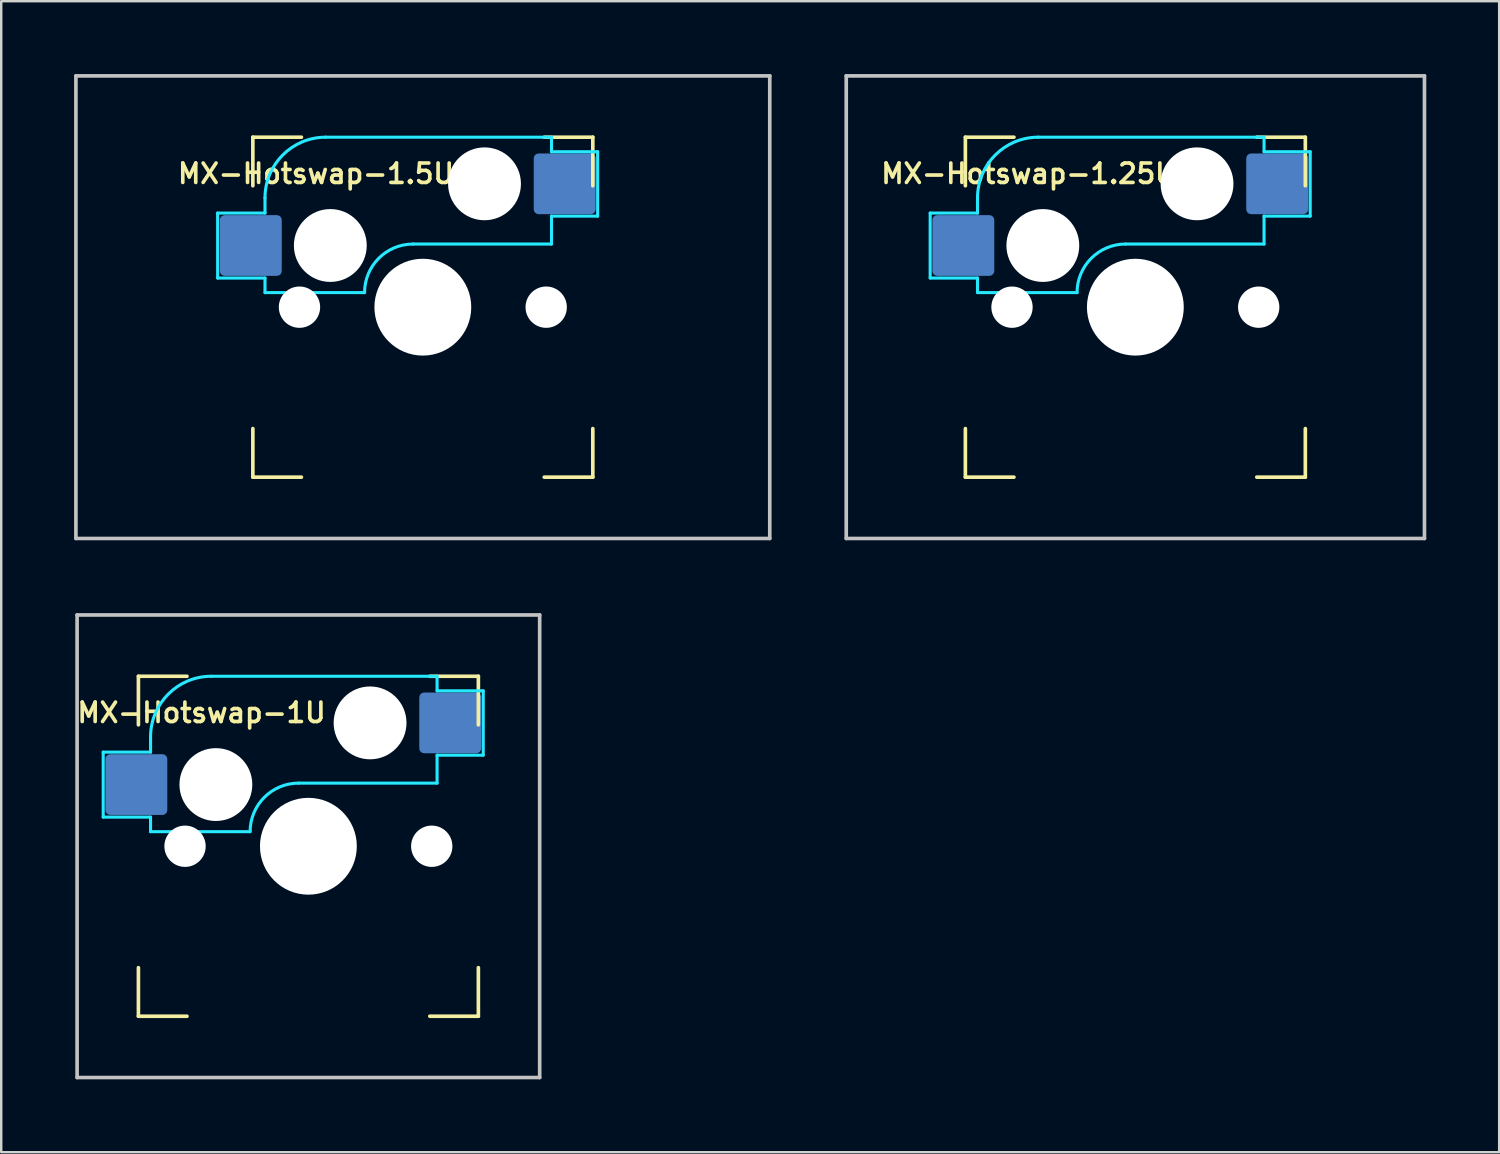
<source format=kicad_pcb>
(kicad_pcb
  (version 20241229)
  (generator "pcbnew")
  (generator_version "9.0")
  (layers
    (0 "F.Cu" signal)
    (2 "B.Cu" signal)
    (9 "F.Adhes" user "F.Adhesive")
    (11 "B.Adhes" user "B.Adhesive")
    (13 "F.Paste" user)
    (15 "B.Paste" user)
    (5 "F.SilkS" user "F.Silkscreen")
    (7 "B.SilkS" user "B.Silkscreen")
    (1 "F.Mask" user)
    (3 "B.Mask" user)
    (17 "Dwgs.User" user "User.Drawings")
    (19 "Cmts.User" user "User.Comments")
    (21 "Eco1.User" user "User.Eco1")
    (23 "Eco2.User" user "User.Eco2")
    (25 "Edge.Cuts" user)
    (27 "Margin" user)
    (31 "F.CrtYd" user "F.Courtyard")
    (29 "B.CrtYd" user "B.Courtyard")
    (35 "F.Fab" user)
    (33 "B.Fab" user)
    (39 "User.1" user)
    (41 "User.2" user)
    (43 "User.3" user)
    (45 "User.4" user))
  (footprint "MX-Hotswap-1.25U"
    (layer "F.Cu")
    (at 43.706 9.6)
    (property "Reference" "MX-Hotswap-1.25U" (at -4.4 -5.5 0) (layer "F.SilkS") (effects (font (size 0.8 0.8) (thickness 0.15))))
    (attr smd)
    (fp_line (start -7 -7) (end -7 -5) (stroke (width 0.15) (type solid)) (layer "F.SilkS"))
    (fp_line (start -7 5) (end -7 7) (stroke (width 0.15) (type solid)) (layer "F.SilkS"))
    (fp_line (start -7 7) (end -5 7) (stroke (width 0.15) (type solid)) (layer "F.SilkS"))
    (fp_line (start -5 -7) (end -7 -7) (stroke (width 0.15) (type solid)) (layer "F.SilkS"))
    (fp_line (start 5 -7) (end 7 -7) (stroke (width 0.15) (type solid)) (layer "F.SilkS"))
    (fp_line (start 5 7) (end 7 7) (stroke (width 0.15) (type solid)) (layer "F.SilkS"))
    (fp_line (start 7 -7) (end 7 -5) (stroke (width 0.15) (type solid)) (layer "F.SilkS"))
    (fp_line (start 7 7) (end 7 5) (stroke (width 0.15) (type solid)) (layer "F.SilkS"))
    (fp_line (start -11.906 9.525) (end -11.906 -9.525) (stroke (width 0.15) (type solid)) (layer "Dwgs.User"))
    (fp_line (start 11.906 -9.525) (end -11.906 -9.525) (stroke (width 0.15) (type solid)) (layer "Dwgs.User"))
    (fp_line (start 11.906 9.525) (end -11.906 9.525) (stroke (width 0.15) (type solid)) (layer "Dwgs.User"))
    (fp_line (start 11.906 9.525) (end 11.906 -9.525) (stroke (width 0.15) (type solid)) (layer "Dwgs.User"))
    (fp_line (start -8.45 -3.875) (end -8.45 -1.2) (stroke (width 0.127) (type solid)) (layer "B.CrtYd"))
    (fp_line (start -8.45 -1.2) (end -6.5 -1.2) (stroke (width 0.127) (type solid)) (layer "B.CrtYd"))
    (fp_line (start -6.5 -4.5) (end -6.5 -3.875) (stroke (width 0.127) (type solid)) (layer "B.CrtYd"))
    (fp_line (start -6.5 -3.875) (end -8.45 -3.875) (stroke (width 0.127) (type solid)) (layer "B.CrtYd"))
    (fp_line (start -6.5 -0.6) (end -6.5 -1.2) (stroke (width 0.127) (type solid)) (layer "B.CrtYd"))
    (fp_line (start -6.5 -0.6) (end -2.4 -0.6) (stroke (width 0.127) (type solid)) (layer "B.CrtYd"))
    (fp_line (start -0.4 -2.6) (end 5.3 -2.6) (stroke (width 0.127) (type solid)) (layer "B.CrtYd"))
    (fp_line (start 5.3 -7) (end -4 -7) (stroke (width 0.127) (type solid)) (layer "B.CrtYd"))
    (fp_line (start 5.3 -7) (end 5.3 -6.4) (stroke (width 0.127) (type solid)) (layer "B.CrtYd"))
    (fp_line (start 5.3 -6.4) (end 7.2 -6.4) (stroke (width 0.127) (type solid)) (layer "B.CrtYd"))
    (fp_line (start 5.3 -2.6) (end 5.3 -3.75) (stroke (width 0.127) (type solid)) (layer "B.CrtYd"))
    (fp_line (start 7.2 -6.4) (end 7.2 -3.75) (stroke (width 0.127) (type solid)) (layer "B.CrtYd"))
    (fp_line (start 7.2 -3.75) (end 5.3 -3.75) (stroke (width 0.127) (type solid)) (layer "B.CrtYd"))
    (fp_arc (start -6.5 -4.5) (mid -5.767767 -6.267767) (end -4 -7) (stroke (width 0.127) (type solid)) (layer "B.CrtYd"))
    (fp_arc (start -2.4 -0.6) (mid -1.814214 -2.014214) (end -0.4 -2.6) (stroke (width 0.127) (type solid)) (layer "B.CrtYd"))
    (pad "" np_thru_hole circle (at -5.08 0 48.099) (size 1.702 1.702) (drill 1.702) (layers "*.Cu" "*.Mask"))
    (pad "" np_thru_hole circle (at -3.81 -2.54) (size 3 3) (drill 3) (layers "*.Cu" "*.Mask"))
    (pad "" np_thru_hole circle (at 0 0) (size 3.988 3.988) (drill 3.988) (layers "*.Cu" "*.Mask"))
    (pad "" np_thru_hole circle (at 2.54 -5.08) (size 3 3) (drill 3) (layers "*.Cu" "*.Mask"))
    (pad "" np_thru_hole circle (at 5.08 0 48.099) (size 1.702 1.702) (drill 1.702) (layers "*.Cu" "*.Mask"))
    (pad "1" smd roundrect (at -7.085 -2.54) (size 2.55 2.5) (layers "B.Cu" "B.Mask" "B.Paste") (roundrect_rratio 0.08))
    (pad "2" smd roundrect (at 5.842 -5.08) (size 2.55 2.5) (layers "B.Cu" "B.Mask" "B.Paste") (roundrect_rratio 0.08)))
  (footprint "MX-Hotswap-1.5U"
    (layer "F.Cu")
    (at 14.363 9.6)
    (property "Reference" "MX-Hotswap-1.5U" (at -4.4 -5.5 0) (layer "F.SilkS") (effects (font (size 0.8 0.8) (thickness 0.15))))
    (attr smd)
    (fp_line (start -7 -7) (end -7 -5) (stroke (width 0.15) (type solid)) (layer "F.SilkS"))
    (fp_line (start -7 5) (end -7 7) (stroke (width 0.15) (type solid)) (layer "F.SilkS"))
    (fp_line (start -7 7) (end -5 7) (stroke (width 0.15) (type solid)) (layer "F.SilkS"))
    (fp_line (start -5 -7) (end -7 -7) (stroke (width 0.15) (type solid)) (layer "F.SilkS"))
    (fp_line (start 5 -7) (end 7 -7) (stroke (width 0.15) (type solid)) (layer "F.SilkS"))
    (fp_line (start 5 7) (end 7 7) (stroke (width 0.15) (type solid)) (layer "F.SilkS"))
    (fp_line (start 7 -7) (end 7 -5) (stroke (width 0.15) (type solid)) (layer "F.SilkS"))
    (fp_line (start 7 7) (end 7 5) (stroke (width 0.15) (type solid)) (layer "F.SilkS"))
    (fp_line (start -14.287 9.525) (end -14.287 -9.525) (stroke (width 0.15) (type solid)) (layer "Dwgs.User"))
    (fp_line (start 14.287 -9.525) (end -14.287 -9.525) (stroke (width 0.15) (type solid)) (layer "Dwgs.User"))
    (fp_line (start 14.287 9.525) (end -14.287 9.525) (stroke (width 0.15) (type solid)) (layer "Dwgs.User"))
    (fp_line (start 14.287 9.525) (end 14.287 -9.525) (stroke (width 0.15) (type solid)) (layer "Dwgs.User"))
    (fp_line (start -8.45 -3.875) (end -8.45 -1.2) (stroke (width 0.127) (type solid)) (layer "B.CrtYd"))
    (fp_line (start -8.45 -1.2) (end -6.5 -1.2) (stroke (width 0.127) (type solid)) (layer "B.CrtYd"))
    (fp_line (start -6.5 -4.5) (end -6.5 -3.875) (stroke (width 0.127) (type solid)) (layer "B.CrtYd"))
    (fp_line (start -6.5 -3.875) (end -8.45 -3.875) (stroke (width 0.127) (type solid)) (layer "B.CrtYd"))
    (fp_line (start -6.5 -0.6) (end -6.5 -1.2) (stroke (width 0.127) (type solid)) (layer "B.CrtYd"))
    (fp_line (start -6.5 -0.6) (end -2.4 -0.6) (stroke (width 0.127) (type solid)) (layer "B.CrtYd"))
    (fp_line (start -0.4 -2.6) (end 5.3 -2.6) (stroke (width 0.127) (type solid)) (layer "B.CrtYd"))
    (fp_line (start 5.3 -7) (end -4 -7) (stroke (width 0.127) (type solid)) (layer "B.CrtYd"))
    (fp_line (start 5.3 -7) (end 5.3 -6.4) (stroke (width 0.127) (type solid)) (layer "B.CrtYd"))
    (fp_line (start 5.3 -6.4) (end 7.2 -6.4) (stroke (width 0.127) (type solid)) (layer "B.CrtYd"))
    (fp_line (start 5.3 -2.6) (end 5.3 -3.75) (stroke (width 0.127) (type solid)) (layer "B.CrtYd"))
    (fp_line (start 7.2 -6.4) (end 7.2 -3.75) (stroke (width 0.127) (type solid)) (layer "B.CrtYd"))
    (fp_line (start 7.2 -3.75) (end 5.3 -3.75) (stroke (width 0.127) (type solid)) (layer "B.CrtYd"))
    (fp_arc (start -6.5 -4.5) (mid -5.767767 -6.267767) (end -4 -7) (stroke (width 0.127) (type solid)) (layer "B.CrtYd"))
    (fp_arc (start -2.4 -0.6) (mid -1.814214 -2.014214) (end -0.4 -2.6) (stroke (width 0.127) (type solid)) (layer "B.CrtYd"))
    (pad "" np_thru_hole circle (at -5.08 0 48.099) (size 1.702 1.702) (drill 1.702) (layers "*.Cu" "*.Mask"))
    (pad "" np_thru_hole circle (at -3.81 -2.54) (size 3 3) (drill 3) (layers "*.Cu" "*.Mask"))
    (pad "" np_thru_hole circle (at 0 0) (size 3.988 3.988) (drill 3.988) (layers "*.Cu" "*.Mask"))
    (pad "" np_thru_hole circle (at 2.54 -5.08) (size 3 3) (drill 3) (layers "*.Cu" "*.Mask"))
    (pad "" np_thru_hole circle (at 5.08 0 48.099) (size 1.702 1.702) (drill 1.702) (layers "*.Cu" "*.Mask"))
    (pad "1" smd roundrect (at -7.085 -2.54) (size 2.55 2.5) (layers "B.Cu" "B.Mask" "B.Paste") (roundrect_rratio 0.08))
    (pad "2" smd roundrect (at 5.842 -5.08) (size 2.55 2.5) (layers "B.Cu" "B.Mask" "B.Paste") (roundrect_rratio 0.08)))
  (footprint "MX-Hotswap-1U"
    (layer "F.Cu")
    (at 9.65 31.8)
    (property "Reference" "MX-Hotswap-1U" (at -4.4 -5.5 0) (layer "F.SilkS") (effects (font (size 0.8 0.8) (thickness 0.15))))
    (attr smd)
    (fp_line (start -7 -7) (end -7 -5) (stroke (width 0.15) (type solid)) (layer "F.SilkS"))
    (fp_line (start -7 5) (end -7 7) (stroke (width 0.15) (type solid)) (layer "F.SilkS"))
    (fp_line (start -7 7) (end -5 7) (stroke (width 0.15) (type solid)) (layer "F.SilkS"))
    (fp_line (start -5 -7) (end -7 -7) (stroke (width 0.15) (type solid)) (layer "F.SilkS"))
    (fp_line (start 5 -7) (end 7 -7) (stroke (width 0.15) (type solid)) (layer "F.SilkS"))
    (fp_line (start 5 7) (end 7 7) (stroke (width 0.15) (type solid)) (layer "F.SilkS"))
    (fp_line (start 7 -7) (end 7 -5) (stroke (width 0.15) (type solid)) (layer "F.SilkS"))
    (fp_line (start 7 7) (end 7 5) (stroke (width 0.15) (type solid)) (layer "F.SilkS"))
    (fp_line (start -9.525 9.525) (end -9.525 -9.525) (stroke (width 0.15) (type solid)) (layer "Dwgs.User"))
    (fp_line (start 9.525 -9.525) (end -9.525 -9.525) (stroke (width 0.15) (type solid)) (layer "Dwgs.User"))
    (fp_line (start 9.525 9.525) (end -9.525 9.525) (stroke (width 0.15) (type solid)) (layer "Dwgs.User"))
    (fp_line (start 9.525 9.525) (end 9.525 -9.525) (stroke (width 0.15) (type solid)) (layer "Dwgs.User"))
    (fp_line (start -8.45 -3.875) (end -8.45 -1.2) (stroke (width 0.127) (type solid)) (layer "B.CrtYd"))
    (fp_line (start -8.45 -1.2) (end -6.5 -1.2) (stroke (width 0.127) (type solid)) (layer "B.CrtYd"))
    (fp_line (start -6.5 -4.5) (end -6.5 -3.875) (stroke (width 0.127) (type solid)) (layer "B.CrtYd"))
    (fp_line (start -6.5 -3.875) (end -8.45 -3.875) (stroke (width 0.127) (type solid)) (layer "B.CrtYd"))
    (fp_line (start -6.5 -0.6) (end -6.5 -1.2) (stroke (width 0.127) (type solid)) (layer "B.CrtYd"))
    (fp_line (start -6.5 -0.6) (end -2.4 -0.6) (stroke (width 0.127) (type solid)) (layer "B.CrtYd"))
    (fp_line (start -0.4 -2.6) (end 5.3 -2.6) (stroke (width 0.127) (type solid)) (layer "B.CrtYd"))
    (fp_line (start 5.3 -7) (end -4 -7) (stroke (width 0.127) (type solid)) (layer "B.CrtYd"))
    (fp_line (start 5.3 -7) (end 5.3 -6.4) (stroke (width 0.127) (type solid)) (layer "B.CrtYd"))
    (fp_line (start 5.3 -6.4) (end 7.2 -6.4) (stroke (width 0.127) (type solid)) (layer "B.CrtYd"))
    (fp_line (start 5.3 -2.6) (end 5.3 -3.75) (stroke (width 0.127) (type solid)) (layer "B.CrtYd"))
    (fp_line (start 7.2 -6.4) (end 7.2 -3.75) (stroke (width 0.127) (type solid)) (layer "B.CrtYd"))
    (fp_line (start 7.2 -3.75) (end 5.3 -3.75) (stroke (width 0.127) (type solid)) (layer "B.CrtYd"))
    (fp_arc (start -6.5 -4.5) (mid -5.767767 -6.267767) (end -4 -7) (stroke (width 0.127) (type solid)) (layer "B.CrtYd"))
    (fp_arc (start -2.4 -0.6) (mid -1.814214 -2.014214) (end -0.4 -2.6) (stroke (width 0.127) (type solid)) (layer "B.CrtYd"))
    (pad "" np_thru_hole circle (at -5.08 0 48.099) (size 1.702 1.702) (drill 1.702) (layers "*.Cu" "*.Mask"))
    (pad "" np_thru_hole circle (at -3.81 -2.54) (size 3 3) (drill 3) (layers "*.Cu" "*.Mask"))
    (pad "" np_thru_hole circle (at 0 0) (size 3.988 3.988) (drill 3.988) (layers "*.Cu" "*.Mask"))
    (pad "" np_thru_hole circle (at 2.54 -5.08) (size 3 3) (drill 3) (layers "*.Cu" "*.Mask"))
    (pad "" np_thru_hole circle (at 5.08 0 48.099) (size 1.702 1.702) (drill 1.702) (layers "*.Cu" "*.Mask"))
    (pad "1" smd roundrect (at -7.085 -2.54) (size 2.55 2.5) (layers "B.Cu" "B.Mask" "B.Paste") (roundrect_rratio 0.08))
    (pad "2" smd roundrect (at 5.842 -5.08) (size 2.55 2.5) (layers "B.Cu" "B.Mask" "B.Paste") (roundrect_rratio 0.08)))
  (gr_rect
    (start -3 -3)
    (end 58.688 44.4)
    (stroke (width 0.1) (type default))
    (fill no)
    (layer "Edge.Cuts")))
</source>
